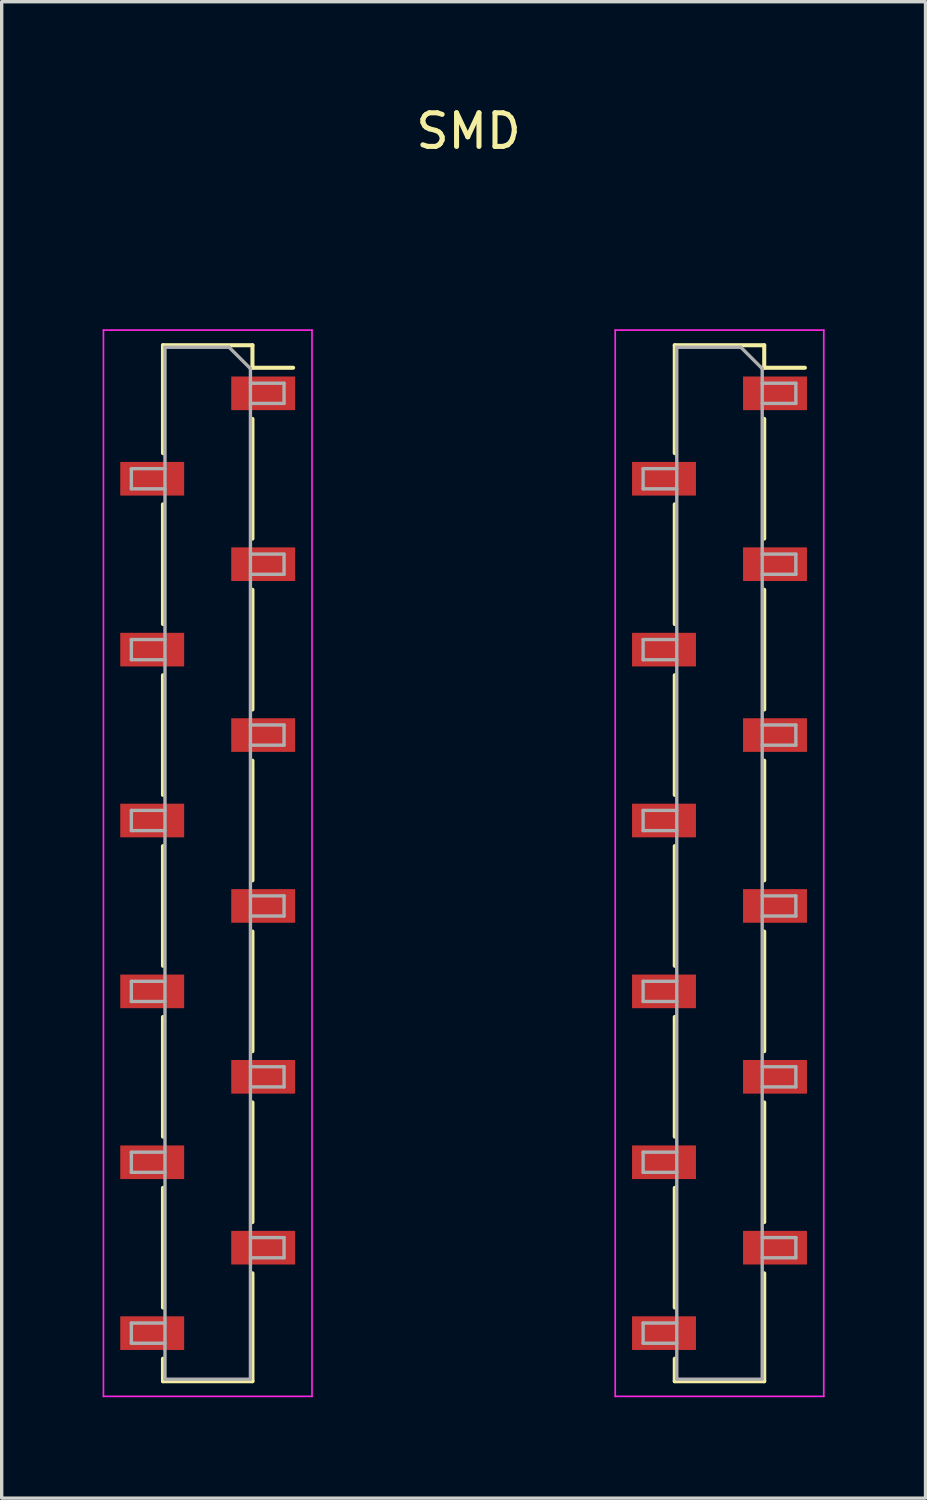
<source format=kicad_pcb>
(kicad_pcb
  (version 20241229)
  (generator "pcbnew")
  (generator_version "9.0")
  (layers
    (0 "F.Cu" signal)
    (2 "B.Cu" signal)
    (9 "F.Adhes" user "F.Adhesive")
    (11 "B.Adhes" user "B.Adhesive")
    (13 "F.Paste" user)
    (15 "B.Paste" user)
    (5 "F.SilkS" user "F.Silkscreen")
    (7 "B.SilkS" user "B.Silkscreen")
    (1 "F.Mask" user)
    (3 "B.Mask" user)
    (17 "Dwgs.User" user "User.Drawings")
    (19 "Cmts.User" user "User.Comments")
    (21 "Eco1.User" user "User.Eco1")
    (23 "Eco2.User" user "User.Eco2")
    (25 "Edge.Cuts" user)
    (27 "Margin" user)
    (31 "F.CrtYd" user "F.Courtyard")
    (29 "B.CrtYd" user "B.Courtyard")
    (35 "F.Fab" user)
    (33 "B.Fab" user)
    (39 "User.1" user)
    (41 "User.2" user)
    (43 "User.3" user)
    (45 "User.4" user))
  (footprint "SMD"
    (layer "F.Cu")
    (at 10.88 20.533)
    (property "Reference" "SMD" (at 0 -19.685 0) (layer "F.SilkS") (effects (font (size 1 1) (thickness 0.15))))
    (attr smd)
    (fp_line (start -9.085 -13.32) (end -9.085 -10.11) (stroke (width 0.12) (type solid)) (layer "F.SilkS"))
    (fp_line (start -9.085 -13.32) (end -6.425 -13.32) (stroke (width 0.12) (type solid)) (layer "F.SilkS"))
    (fp_line (start -9.085 -8.59) (end -9.085 -5.03) (stroke (width 0.12) (type solid)) (layer "F.SilkS"))
    (fp_line (start -9.085 -3.51) (end -9.085 0.05) (stroke (width 0.12) (type solid)) (layer "F.SilkS"))
    (fp_line (start -9.085 1.57) (end -9.085 5.13) (stroke (width 0.12) (type solid)) (layer "F.SilkS"))
    (fp_line (start -9.085 6.65) (end -9.085 10.21) (stroke (width 0.12) (type solid)) (layer "F.SilkS"))
    (fp_line (start -9.085 11.73) (end -9.085 15.29) (stroke (width 0.12) (type solid)) (layer "F.SilkS"))
    (fp_line (start -9.085 16.81) (end -9.085 17.48) (stroke (width 0.12) (type solid)) (layer "F.SilkS"))
    (fp_line (start -9.085 17.48) (end -6.425 17.48) (stroke (width 0.12) (type solid)) (layer "F.SilkS"))
    (fp_line (start -6.425 -13.32) (end -6.425 -12.65) (stroke (width 0.12) (type solid)) (layer "F.SilkS"))
    (fp_line (start -6.425 -12.65) (end -5.215 -12.65) (stroke (width 0.12) (type solid)) (layer "F.SilkS"))
    (fp_line (start -6.425 -11.13) (end -6.425 -7.57) (stroke (width 0.12) (type solid)) (layer "F.SilkS"))
    (fp_line (start -6.425 -6.05) (end -6.425 -2.49) (stroke (width 0.12) (type solid)) (layer "F.SilkS"))
    (fp_line (start -6.425 -0.97) (end -6.425 2.59) (stroke (width 0.12) (type solid)) (layer "F.SilkS"))
    (fp_line (start -6.425 4.11) (end -6.425 7.67) (stroke (width 0.12) (type solid)) (layer "F.SilkS"))
    (fp_line (start -6.425 9.19) (end -6.425 12.75) (stroke (width 0.12) (type solid)) (layer "F.SilkS"))
    (fp_line (start -6.425 14.27) (end -6.425 17.48) (stroke (width 0.12) (type solid)) (layer "F.SilkS"))
    (fp_line (start 6.13 -13.32) (end 6.13 -10.11) (stroke (width 0.12) (type solid)) (layer "F.SilkS"))
    (fp_line (start 6.13 -13.32) (end 8.79 -13.32) (stroke (width 0.12) (type solid)) (layer "F.SilkS"))
    (fp_line (start 6.13 -8.59) (end 6.13 -5.03) (stroke (width 0.12) (type solid)) (layer "F.SilkS"))
    (fp_line (start 6.13 -3.51) (end 6.13 0.05) (stroke (width 0.12) (type solid)) (layer "F.SilkS"))
    (fp_line (start 6.13 1.57) (end 6.13 5.13) (stroke (width 0.12) (type solid)) (layer "F.SilkS"))
    (fp_line (start 6.13 6.65) (end 6.13 10.21) (stroke (width 0.12) (type solid)) (layer "F.SilkS"))
    (fp_line (start 6.13 11.73) (end 6.13 15.29) (stroke (width 0.12) (type solid)) (layer "F.SilkS"))
    (fp_line (start 6.13 16.81) (end 6.13 17.48) (stroke (width 0.12) (type solid)) (layer "F.SilkS"))
    (fp_line (start 6.13 17.48) (end 8.79 17.48) (stroke (width 0.12) (type solid)) (layer "F.SilkS"))
    (fp_line (start 8.79 -13.32) (end 8.79 -12.65) (stroke (width 0.12) (type solid)) (layer "F.SilkS"))
    (fp_line (start 8.79 -12.65) (end 10 -12.65) (stroke (width 0.12) (type solid)) (layer "F.SilkS"))
    (fp_line (start 8.79 -11.13) (end 8.79 -7.57) (stroke (width 0.12) (type solid)) (layer "F.SilkS"))
    (fp_line (start 8.79 -6.05) (end 8.79 -2.49) (stroke (width 0.12) (type solid)) (layer "F.SilkS"))
    (fp_line (start 8.79 -0.97) (end 8.79 2.59) (stroke (width 0.12) (type solid)) (layer "F.SilkS"))
    (fp_line (start 8.79 4.11) (end 8.79 7.67) (stroke (width 0.12) (type solid)) (layer "F.SilkS"))
    (fp_line (start 8.79 9.19) (end 8.79 12.75) (stroke (width 0.12) (type solid)) (layer "F.SilkS"))
    (fp_line (start 8.79 14.27) (end 8.79 17.48) (stroke (width 0.12) (type solid)) (layer "F.SilkS"))
    (fp_line (start -10.855 -13.77) (end -4.655 -13.77) (stroke (width 0.05) (type solid)) (layer "F.CrtYd"))
    (fp_line (start -10.855 17.93) (end -10.855 -13.77) (stroke (width 0.05) (type solid)) (layer "F.CrtYd"))
    (fp_line (start -4.655 -13.77) (end -4.655 17.93) (stroke (width 0.05) (type solid)) (layer "F.CrtYd"))
    (fp_line (start -4.655 17.93) (end -10.855 17.93) (stroke (width 0.05) (type solid)) (layer "F.CrtYd"))
    (fp_line (start 4.36 -13.77) (end 10.56 -13.77) (stroke (width 0.05) (type solid)) (layer "F.CrtYd"))
    (fp_line (start 4.36 17.93) (end 4.36 -13.77) (stroke (width 0.05) (type solid)) (layer "F.CrtYd"))
    (fp_line (start 10.56 -13.77) (end 10.56 17.93) (stroke (width 0.05) (type solid)) (layer "F.CrtYd"))
    (fp_line (start 10.56 17.93) (end 4.36 17.93) (stroke (width 0.05) (type solid)) (layer "F.CrtYd"))
    (fp_line (start -10.025 -9.65) (end -9.025 -9.65) (stroke (width 0.1) (type solid)) (layer "F.Fab"))
    (fp_line (start -10.025 -9.05) (end -10.025 -9.65) (stroke (width 0.1) (type solid)) (layer "F.Fab"))
    (fp_line (start -10.025 -4.57) (end -9.025 -4.57) (stroke (width 0.1) (type solid)) (layer "F.Fab"))
    (fp_line (start -10.025 -3.97) (end -10.025 -4.57) (stroke (width 0.1) (type solid)) (layer "F.Fab"))
    (fp_line (start -10.025 0.51) (end -9.025 0.51) (stroke (width 0.1) (type solid)) (layer "F.Fab"))
    (fp_line (start -10.025 1.11) (end -10.025 0.51) (stroke (width 0.1) (type solid)) (layer "F.Fab"))
    (fp_line (start -10.025 5.59) (end -9.025 5.59) (stroke (width 0.1) (type solid)) (layer "F.Fab"))
    (fp_line (start -10.025 6.19) (end -10.025 5.59) (stroke (width 0.1) (type solid)) (layer "F.Fab"))
    (fp_line (start -10.025 10.67) (end -9.025 10.67) (stroke (width 0.1) (type solid)) (layer "F.Fab"))
    (fp_line (start -10.025 11.27) (end -10.025 10.67) (stroke (width 0.1) (type solid)) (layer "F.Fab"))
    (fp_line (start -10.025 15.75) (end -9.025 15.75) (stroke (width 0.1) (type solid)) (layer "F.Fab"))
    (fp_line (start -10.025 16.35) (end -10.025 15.75) (stroke (width 0.1) (type solid)) (layer "F.Fab"))
    (fp_line (start -9.025 -13.26) (end -7.12 -13.26) (stroke (width 0.1) (type solid)) (layer "F.Fab"))
    (fp_line (start -9.025 -9.05) (end -10.025 -9.05) (stroke (width 0.1) (type solid)) (layer "F.Fab"))
    (fp_line (start -9.025 -3.97) (end -10.025 -3.97) (stroke (width 0.1) (type solid)) (layer "F.Fab"))
    (fp_line (start -9.025 1.11) (end -10.025 1.11) (stroke (width 0.1) (type solid)) (layer "F.Fab"))
    (fp_line (start -9.025 6.19) (end -10.025 6.19) (stroke (width 0.1) (type solid)) (layer "F.Fab"))
    (fp_line (start -9.025 11.27) (end -10.025 11.27) (stroke (width 0.1) (type solid)) (layer "F.Fab"))
    (fp_line (start -9.025 16.35) (end -10.025 16.35) (stroke (width 0.1) (type solid)) (layer "F.Fab"))
    (fp_line (start -9.025 17.42) (end -9.025 -13.26) (stroke (width 0.1) (type solid)) (layer "F.Fab"))
    (fp_line (start -7.12 -13.26) (end -6.485 -12.625) (stroke (width 0.1) (type solid)) (layer "F.Fab"))
    (fp_line (start -6.485 -12.625) (end -6.485 17.42) (stroke (width 0.1) (type solid)) (layer "F.Fab"))
    (fp_line (start -6.485 -12.19) (end -5.485 -12.19) (stroke (width 0.1) (type solid)) (layer "F.Fab"))
    (fp_line (start -6.485 -7.11) (end -5.485 -7.11) (stroke (width 0.1) (type solid)) (layer "F.Fab"))
    (fp_line (start -6.485 -2.03) (end -5.485 -2.03) (stroke (width 0.1) (type solid)) (layer "F.Fab"))
    (fp_line (start -6.485 3.05) (end -5.485 3.05) (stroke (width 0.1) (type solid)) (layer "F.Fab"))
    (fp_line (start -6.485 8.13) (end -5.485 8.13) (stroke (width 0.1) (type solid)) (layer "F.Fab"))
    (fp_line (start -6.485 13.21) (end -5.485 13.21) (stroke (width 0.1) (type solid)) (layer "F.Fab"))
    (fp_line (start -6.485 17.42) (end -9.025 17.42) (stroke (width 0.1) (type solid)) (layer "F.Fab"))
    (fp_line (start -5.485 -12.19) (end -5.485 -11.59) (stroke (width 0.1) (type solid)) (layer "F.Fab"))
    (fp_line (start -5.485 -11.59) (end -6.485 -11.59) (stroke (width 0.1) (type solid)) (layer "F.Fab"))
    (fp_line (start -5.485 -7.11) (end -5.485 -6.51) (stroke (width 0.1) (type solid)) (layer "F.Fab"))
    (fp_line (start -5.485 -6.51) (end -6.485 -6.51) (stroke (width 0.1) (type solid)) (layer "F.Fab"))
    (fp_line (start -5.485 -2.03) (end -5.485 -1.43) (stroke (width 0.1) (type solid)) (layer "F.Fab"))
    (fp_line (start -5.485 -1.43) (end -6.485 -1.43) (stroke (width 0.1) (type solid)) (layer "F.Fab"))
    (fp_line (start -5.485 3.05) (end -5.485 3.65) (stroke (width 0.1) (type solid)) (layer "F.Fab"))
    (fp_line (start -5.485 3.65) (end -6.485 3.65) (stroke (width 0.1) (type solid)) (layer "F.Fab"))
    (fp_line (start -5.485 8.13) (end -5.485 8.73) (stroke (width 0.1) (type solid)) (layer "F.Fab"))
    (fp_line (start -5.485 8.73) (end -6.485 8.73) (stroke (width 0.1) (type solid)) (layer "F.Fab"))
    (fp_line (start -5.485 13.21) (end -5.485 13.81) (stroke (width 0.1) (type solid)) (layer "F.Fab"))
    (fp_line (start -5.485 13.81) (end -6.485 13.81) (stroke (width 0.1) (type solid)) (layer "F.Fab"))
    (fp_line (start 5.19 -9.65) (end 6.19 -9.65) (stroke (width 0.1) (type solid)) (layer "F.Fab"))
    (fp_line (start 5.19 -9.05) (end 5.19 -9.65) (stroke (width 0.1) (type solid)) (layer "F.Fab"))
    (fp_line (start 5.19 -4.57) (end 6.19 -4.57) (stroke (width 0.1) (type solid)) (layer "F.Fab"))
    (fp_line (start 5.19 -3.97) (end 5.19 -4.57) (stroke (width 0.1) (type solid)) (layer "F.Fab"))
    (fp_line (start 5.19 0.51) (end 6.19 0.51) (stroke (width 0.1) (type solid)) (layer "F.Fab"))
    (fp_line (start 5.19 1.11) (end 5.19 0.51) (stroke (width 0.1) (type solid)) (layer "F.Fab"))
    (fp_line (start 5.19 5.59) (end 6.19 5.59) (stroke (width 0.1) (type solid)) (layer "F.Fab"))
    (fp_line (start 5.19 6.19) (end 5.19 5.59) (stroke (width 0.1) (type solid)) (layer "F.Fab"))
    (fp_line (start 5.19 10.67) (end 6.19 10.67) (stroke (width 0.1) (type solid)) (layer "F.Fab"))
    (fp_line (start 5.19 11.27) (end 5.19 10.67) (stroke (width 0.1) (type solid)) (layer "F.Fab"))
    (fp_line (start 5.19 15.75) (end 6.19 15.75) (stroke (width 0.1) (type solid)) (layer "F.Fab"))
    (fp_line (start 5.19 16.35) (end 5.19 15.75) (stroke (width 0.1) (type solid)) (layer "F.Fab"))
    (fp_line (start 6.19 -13.26) (end 8.095 -13.26) (stroke (width 0.1) (type solid)) (layer "F.Fab"))
    (fp_line (start 6.19 -9.05) (end 5.19 -9.05) (stroke (width 0.1) (type solid)) (layer "F.Fab"))
    (fp_line (start 6.19 -3.97) (end 5.19 -3.97) (stroke (width 0.1) (type solid)) (layer "F.Fab"))
    (fp_line (start 6.19 1.11) (end 5.19 1.11) (stroke (width 0.1) (type solid)) (layer "F.Fab"))
    (fp_line (start 6.19 6.19) (end 5.19 6.19) (stroke (width 0.1) (type solid)) (layer "F.Fab"))
    (fp_line (start 6.19 11.27) (end 5.19 11.27) (stroke (width 0.1) (type solid)) (layer "F.Fab"))
    (fp_line (start 6.19 16.35) (end 5.19 16.35) (stroke (width 0.1) (type solid)) (layer "F.Fab"))
    (fp_line (start 6.19 17.42) (end 6.19 -13.26) (stroke (width 0.1) (type solid)) (layer "F.Fab"))
    (fp_line (start 8.095 -13.26) (end 8.73 -12.625) (stroke (width 0.1) (type solid)) (layer "F.Fab"))
    (fp_line (start 8.73 -12.625) (end 8.73 17.42) (stroke (width 0.1) (type solid)) (layer "F.Fab"))
    (fp_line (start 8.73 -12.19) (end 9.73 -12.19) (stroke (width 0.1) (type solid)) (layer "F.Fab"))
    (fp_line (start 8.73 -7.11) (end 9.73 -7.11) (stroke (width 0.1) (type solid)) (layer "F.Fab"))
    (fp_line (start 8.73 -2.03) (end 9.73 -2.03) (stroke (width 0.1) (type solid)) (layer "F.Fab"))
    (fp_line (start 8.73 3.05) (end 9.73 3.05) (stroke (width 0.1) (type solid)) (layer "F.Fab"))
    (fp_line (start 8.73 8.13) (end 9.73 8.13) (stroke (width 0.1) (type solid)) (layer "F.Fab"))
    (fp_line (start 8.73 13.21) (end 9.73 13.21) (stroke (width 0.1) (type solid)) (layer "F.Fab"))
    (fp_line (start 8.73 17.42) (end 6.19 17.42) (stroke (width 0.1) (type solid)) (layer "F.Fab"))
    (fp_line (start 9.73 -12.19) (end 9.73 -11.59) (stroke (width 0.1) (type solid)) (layer "F.Fab"))
    (fp_line (start 9.73 -11.59) (end 8.73 -11.59) (stroke (width 0.1) (type solid)) (layer "F.Fab"))
    (fp_line (start 9.73 -7.11) (end 9.73 -6.51) (stroke (width 0.1) (type solid)) (layer "F.Fab"))
    (fp_line (start 9.73 -6.51) (end 8.73 -6.51) (stroke (width 0.1) (type solid)) (layer "F.Fab"))
    (fp_line (start 9.73 -2.03) (end 9.73 -1.43) (stroke (width 0.1) (type solid)) (layer "F.Fab"))
    (fp_line (start 9.73 -1.43) (end 8.73 -1.43) (stroke (width 0.1) (type solid)) (layer "F.Fab"))
    (fp_line (start 9.73 3.05) (end 9.73 3.65) (stroke (width 0.1) (type solid)) (layer "F.Fab"))
    (fp_line (start 9.73 3.65) (end 8.73 3.65) (stroke (width 0.1) (type solid)) (layer "F.Fab"))
    (fp_line (start 9.73 8.13) (end 9.73 8.73) (stroke (width 0.1) (type solid)) (layer "F.Fab"))
    (fp_line (start 9.73 8.73) (end 8.73 8.73) (stroke (width 0.1) (type solid)) (layer "F.Fab"))
    (fp_line (start 9.73 13.21) (end 9.73 13.81) (stroke (width 0.1) (type solid)) (layer "F.Fab"))
    (fp_line (start 9.73 13.81) (end 8.73 13.81) (stroke (width 0.1) (type solid)) (layer "F.Fab"))
    (pad "JP6_1" smd rect (at 9.11 -11.89) (size 1.9 1) (layers "F.Cu" "F.Mask" "F.Paste"))
    (pad "JP6_2" smd rect (at 5.81 -9.35) (size 1.9 1) (layers "F.Cu" "F.Mask" "F.Paste"))
    (pad "JP6_3" smd rect (at 9.11 -6.81) (size 1.9 1) (layers "F.Cu" "F.Mask" "F.Paste"))
    (pad "JP6_4" smd rect (at 5.81 -4.27) (size 1.9 1) (layers "F.Cu" "F.Mask" "F.Paste"))
    (pad "JP6_5" smd rect (at 9.11 -1.73) (size 1.9 1) (layers "F.Cu" "F.Mask" "F.Paste"))
    (pad "JP6_6" smd rect (at 5.81 0.81) (size 1.9 1) (layers "F.Cu" "F.Mask" "F.Paste"))
    (pad "JP6_7" smd rect (at 9.11 3.35) (size 1.9 1) (layers "F.Cu" "F.Mask" "F.Paste"))
    (pad "JP6_8" smd rect (at 5.81 5.89) (size 1.9 1) (layers "F.Cu" "F.Mask" "F.Paste"))
    (pad "JP6_9" smd rect (at 9.11 8.43) (size 1.9 1) (layers "F.Cu" "F.Mask" "F.Paste"))
    (pad "JP6_10" smd rect (at 5.81 10.97) (size 1.9 1) (layers "F.Cu" "F.Mask" "F.Paste"))
    (pad "JP6_11" smd rect (at 9.11 13.51) (size 1.9 1) (layers "F.Cu" "F.Mask" "F.Paste"))
    (pad "JP6_12" smd rect (at 5.81 16.05) (size 1.9 1) (layers "F.Cu" "F.Mask" "F.Paste"))
    (pad "JP7_1" smd rect (at -9.405 16.05) (size 1.9 1) (layers "F.Cu" "F.Mask" "F.Paste"))
    (pad "JP7_2" smd rect (at -6.105 13.51) (size 1.9 1) (layers "F.Cu" "F.Mask" "F.Paste"))
    (pad "JP7_3" smd rect (at -9.405 10.97) (size 1.9 1) (layers "F.Cu" "F.Mask" "F.Paste"))
    (pad "JP7_4" smd rect (at -6.105 8.43) (size 1.9 1) (layers "F.Cu" "F.Mask" "F.Paste"))
    (pad "JP7_5" smd rect (at -9.405 5.89) (size 1.9 1) (layers "F.Cu" "F.Mask" "F.Paste"))
    (pad "JP7_6" smd rect (at -6.105 3.35) (size 1.9 1) (layers "F.Cu" "F.Mask" "F.Paste"))
    (pad "JP7_7" smd rect (at -9.405 0.81) (size 1.9 1) (layers "F.Cu" "F.Mask" "F.Paste"))
    (pad "JP7_8" smd rect (at -6.105 -1.73) (size 1.9 1) (layers "F.Cu" "F.Mask" "F.Paste"))
    (pad "JP7_9" smd rect (at -9.405 -4.27) (size 1.9 1) (layers "F.Cu" "F.Mask" "F.Paste"))
    (pad "JP7_10" smd rect (at -6.105 -6.81) (size 1.9 1) (layers "F.Cu" "F.Mask" "F.Paste"))
    (pad "JP7_11" smd rect (at -9.405 -9.35) (size 1.9 1) (layers "F.Cu" "F.Mask" "F.Paste"))
    (pad "JP7_12" smd rect (at -6.105 -11.89) (size 1.9 1) (layers "F.Cu" "F.Mask" "F.Paste")))
  (gr_rect
    (start -3 -3)
    (end 24.465 41.488)
    (stroke (width 0.1) (type default))
    (fill no)
    (layer "Edge.Cuts")))
</source>
